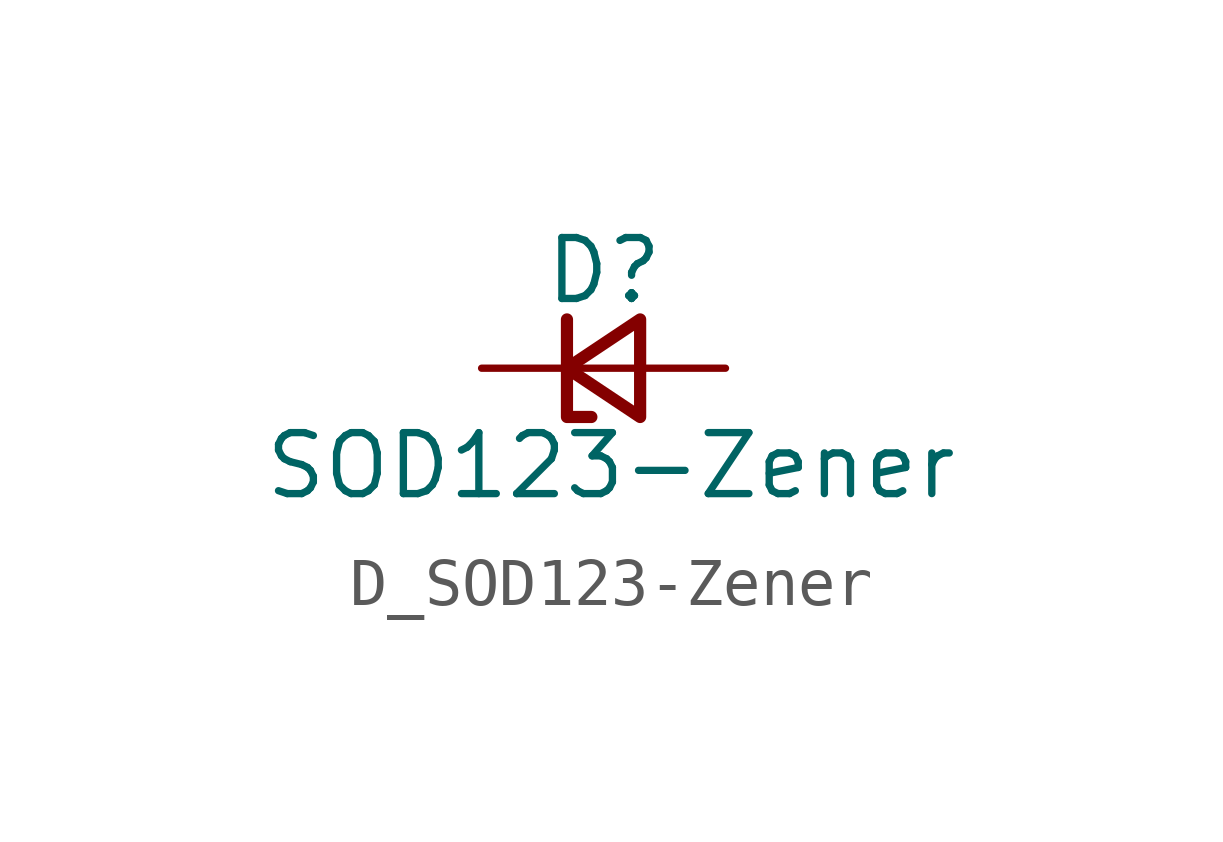
<source format=kicad_sym>
(kicad_symbol_lib
  (version 20220914)
  (generator kicad_symbol_editor)
  (symbol "D_SOD123-Zener"
    (pin_numbers hide)
    (pin_names
      (offset 0.254) hide)
    (property "Reference" "D"
      (at -1.27 2.032 0)
      (effects (font (size 1.27 1.27)) (justify left)))
    (property "Value" "SOD123-Zener"
      (at -7.112 -2.032 0)
      (effects (font (size 1.27 1.27)) (justify left)))
    (symbol "D_SOD123-Zener_0_1"
      (polyline (pts (xy -0.762 0) (xy 0.762 0)) (stroke (width 0) (type default)) (fill (type none)))
      (polyline (pts (xy 0.762 -1.016) (xy -0.762 0) (xy 0.762 1.016) (xy 0.762 -1.016)) (stroke (width 0.254) (type default)) (fill (type none)))
      (polyline (pts (xy -0.762 1.016) (xy -0.762 0.889) (xy -0.762 1.016) (xy -0.762 -1.016) (xy -0.254 -1.016) (xy -0.254 -1.016)) (stroke (width 0.254) (type default)) (fill (type none))))
    (symbol "D_SOD123-Zener_1_1"
      (pin passive line (at -2.54 0 0) (length 1.778) (name "K" (effects (font (size 1.27 1.27)))) (number "1" (effects (font (size 1.27 1.27)))))
      (pin passive line (at 2.54 0 180) (length 1.778) (name "A" (effects (font (size 1.27 1.27)))) (number "2" (effects (font (size 1.27 1.27))))))))
</source>
